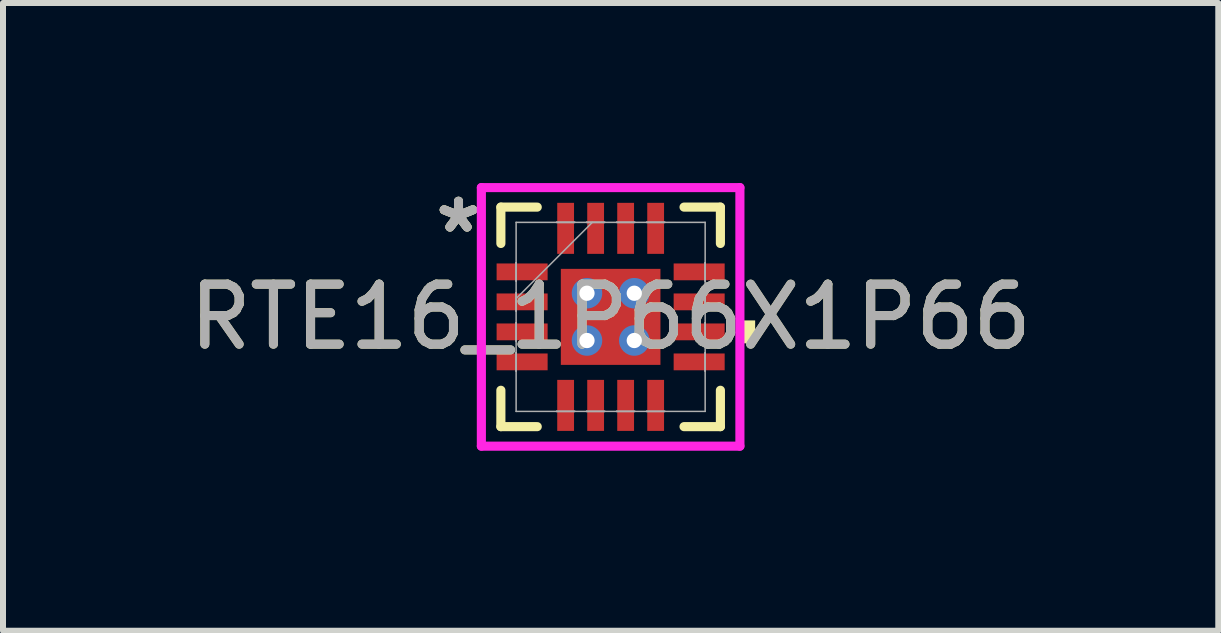
<source format=kicad_pcb>
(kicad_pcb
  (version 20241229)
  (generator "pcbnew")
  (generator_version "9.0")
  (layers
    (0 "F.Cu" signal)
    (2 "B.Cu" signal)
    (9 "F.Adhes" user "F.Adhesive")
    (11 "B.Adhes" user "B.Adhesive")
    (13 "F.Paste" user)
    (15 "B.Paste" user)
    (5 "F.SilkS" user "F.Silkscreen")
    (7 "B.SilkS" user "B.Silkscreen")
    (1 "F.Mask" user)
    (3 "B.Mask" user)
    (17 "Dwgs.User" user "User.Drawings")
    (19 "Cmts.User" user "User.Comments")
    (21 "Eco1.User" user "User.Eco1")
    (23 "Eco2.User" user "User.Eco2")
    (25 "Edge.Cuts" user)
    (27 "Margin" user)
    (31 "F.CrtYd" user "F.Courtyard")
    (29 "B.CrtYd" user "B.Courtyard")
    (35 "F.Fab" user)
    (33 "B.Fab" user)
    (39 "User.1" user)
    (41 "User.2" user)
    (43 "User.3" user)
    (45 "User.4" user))
  (footprint "RTE16_1P66X1P66"
    (layer "F.Cu")
    (at 7.125 2.23)
    (property "Reference" "RTE16_1P66X1P66" (at 0 0 0) (unlocked yes) (layer "F.SilkS") (effects (font (size 1 1) (thickness 0.15))))
    (attr smd)
    (fp_poly (pts (xy -1.97 -0.96) (xy -1.97 -0.54) (xy -0.98 -0.54) (xy -0.98 -0.96)) (stroke (width 0) (type solid)) (fill yes) (layer "F.Mask"))
    (fp_poly (pts (xy -1.97 -0.46) (xy -1.97 -0.04) (xy -0.98 -0.04) (xy -0.98 -0.46)) (stroke (width 0) (type solid)) (fill yes) (layer "F.Mask"))
    (fp_poly (pts (xy -1.97 0.04) (xy -1.97 0.46) (xy -0.98 0.46) (xy -0.98 0.04)) (stroke (width 0) (type solid)) (fill yes) (layer "F.Mask"))
    (fp_poly (pts (xy -1.97 0.54) (xy -1.97 0.96) (xy -0.98 0.96) (xy -0.98 0.54)) (stroke (width 0) (type solid)) (fill yes) (layer "F.Mask"))
    (fp_poly (pts (xy -0.96 -1.97) (xy -0.96 -0.98) (xy -0.54 -0.98) (xy -0.54 -1.97)) (stroke (width 0) (type solid)) (fill yes) (layer "F.Mask"))
    (fp_poly (pts (xy -0.96 0.98) (xy -0.96 1.97) (xy -0.54 1.97) (xy -0.54 0.98)) (stroke (width 0) (type solid)) (fill yes) (layer "F.Mask"))
    (fp_poly (pts (xy -0.893 -0.864) (xy -0.594 -0.864) (xy -0.594 0.864) (xy -0.893 0.864)) (stroke (width 0) (type solid)) (fill yes) (layer "F.Mask"))
    (fp_poly (pts (xy -0.893 -0.864) (xy 0.893 -0.864) (xy 0.893 -0.594) (xy -0.893 -0.594)) (stroke (width 0) (type solid)) (fill yes) (layer "F.Mask"))
    (fp_poly (pts (xy -0.893 -0.194) (xy 0.893 -0.194) (xy 0.893 0.194) (xy -0.893 0.194)) (stroke (width 0) (type solid)) (fill yes) (layer "F.Mask"))
    (fp_poly (pts (xy -0.893 0.594) (xy 0.893 0.594) (xy 0.893 0.864) (xy -0.893 0.864)) (stroke (width 0) (type solid)) (fill yes) (layer "F.Mask"))
    (fp_poly (pts (xy -0.46 -1.97) (xy -0.46 -0.98) (xy -0.04 -0.98) (xy -0.04 -1.97)) (stroke (width 0) (type solid)) (fill yes) (layer "F.Mask"))
    (fp_poly (pts (xy -0.46 0.98) (xy -0.46 1.97) (xy -0.04 1.97) (xy -0.04 0.98)) (stroke (width 0) (type solid)) (fill yes) (layer "F.Mask"))
    (fp_poly (pts (xy 0.04 -1.97) (xy 0.04 -0.98) (xy 0.46 -0.98) (xy 0.46 -1.97)) (stroke (width 0) (type solid)) (fill yes) (layer "F.Mask"))
    (fp_poly (pts (xy 0.04 0.98) (xy 0.04 1.97) (xy 0.46 1.97) (xy 0.46 0.98)) (stroke (width 0) (type solid)) (fill yes) (layer "F.Mask"))
    (fp_poly (pts (xy 0.194 -0.864) (xy -0.194 -0.864) (xy -0.194 0.864) (xy 0.194 0.864)) (stroke (width 0) (type solid)) (fill yes) (layer "F.Mask"))
    (fp_poly (pts (xy 0.54 -1.97) (xy 0.54 -0.98) (xy 0.96 -0.98) (xy 0.96 -1.97)) (stroke (width 0) (type solid)) (fill yes) (layer "F.Mask"))
    (fp_poly (pts (xy 0.54 0.98) (xy 0.54 1.97) (xy 0.96 1.97) (xy 0.96 0.98)) (stroke (width 0) (type solid)) (fill yes) (layer "F.Mask"))
    (fp_poly (pts (xy 0.594 -0.864) (xy 0.893 -0.864) (xy 0.893 0.864) (xy 0.594 0.864)) (stroke (width 0) (type solid)) (fill yes) (layer "F.Mask"))
    (fp_poly (pts (xy 0.98 -0.96) (xy 0.98 -0.54) (xy 1.97 -0.54) (xy 1.97 -0.96)) (stroke (width 0) (type solid)) (fill yes) (layer "F.Mask"))
    (fp_poly (pts (xy 0.98 -0.46) (xy 0.98 -0.04) (xy 1.97 -0.04) (xy 1.97 -0.46)) (stroke (width 0) (type solid)) (fill yes) (layer "F.Mask"))
    (fp_poly (pts (xy 0.98 0.04) (xy 0.98 0.46) (xy 1.97 0.46) (xy 1.97 0.04)) (stroke (width 0) (type solid)) (fill yes) (layer "F.Mask"))
    (fp_poly (pts (xy 0.98 0.54) (xy 0.98 0.96) (xy 1.97 0.96) (xy 1.97 0.54)) (stroke (width 0) (type solid)) (fill yes) (layer "F.Mask"))
    (fp_line (start -1.829 -1.829) (end -1.829 -1.223) (stroke (width 0.152) (type solid)) (layer "F.SilkS"))
    (fp_line (start -1.829 1.223) (end -1.829 1.829) (stroke (width 0.152) (type solid)) (layer "F.SilkS"))
    (fp_line (start -1.829 1.829) (end -1.223 1.829) (stroke (width 0.152) (type solid)) (layer "F.SilkS"))
    (fp_line (start -1.223 -1.829) (end -1.829 -1.829) (stroke (width 0.152) (type solid)) (layer "F.SilkS"))
    (fp_line (start 1.223 1.829) (end 1.829 1.829) (stroke (width 0.152) (type solid)) (layer "F.SilkS"))
    (fp_line (start 1.829 -1.829) (end 1.223 -1.829) (stroke (width 0.152) (type solid)) (layer "F.SilkS"))
    (fp_line (start 1.829 -1.223) (end 1.829 -1.829) (stroke (width 0.152) (type solid)) (layer "F.SilkS"))
    (fp_line (start 1.829 1.829) (end 1.829 1.223) (stroke (width 0.152) (type solid)) (layer "F.SilkS"))
    (fp_poly (pts (xy 2.408 0.059) (xy 2.408 0.441) (xy 2.154 0.441) (xy 2.154 0.059)) (stroke (width 0) (type solid)) (fill yes) (layer "F.SilkS"))
    (fp_poly (pts (xy -1.875 -0.865) (xy -1.875 -0.635) (xy -1.075 -0.635) (xy -1.075 -0.865)) (stroke (width 0) (type solid)) (fill yes) (layer "F.Paste"))
    (fp_poly (pts (xy -1.875 -0.365) (xy -1.875 -0.135) (xy -1.075 -0.135) (xy -1.075 -0.365)) (stroke (width 0) (type solid)) (fill yes) (layer "F.Paste"))
    (fp_poly (pts (xy -1.875 0.135) (xy -1.875 0.365) (xy -1.075 0.365) (xy -1.075 0.135)) (stroke (width 0) (type solid)) (fill yes) (layer "F.Paste"))
    (fp_poly (pts (xy -1.875 0.635) (xy -1.875 0.865) (xy -1.075 0.865) (xy -1.075 0.635)) (stroke (width 0) (type solid)) (fill yes) (layer "F.Paste"))
    (fp_poly (pts (xy -0.865 -1.875) (xy -0.865 -1.075) (xy -0.635 -1.075) (xy -0.635 -1.875)) (stroke (width 0) (type solid)) (fill yes) (layer "F.Paste"))
    (fp_poly (pts (xy -0.865 1.075) (xy -0.865 1.875) (xy -0.635 1.875) (xy -0.635 1.075)) (stroke (width 0) (type solid)) (fill yes) (layer "F.Paste"))
    (fp_poly (pts (xy -0.365 -1.875) (xy -0.365 -1.075) (xy -0.135 -1.075) (xy -0.135 -1.875)) (stroke (width 0) (type solid)) (fill yes) (layer "F.Paste"))
    (fp_poly (pts (xy -0.365 1.075) (xy -0.365 1.875) (xy -0.135 1.875) (xy -0.135 1.075)) (stroke (width 0) (type solid)) (fill yes) (layer "F.Paste"))
    (fp_poly (pts (xy 0.135 -1.875) (xy 0.135 -1.075) (xy 0.365 -1.075) (xy 0.365 -1.875)) (stroke (width 0) (type solid)) (fill yes) (layer "F.Paste"))
    (fp_poly (pts (xy 0.135 1.075) (xy 0.135 1.875) (xy 0.365 1.875) (xy 0.365 1.075)) (stroke (width 0) (type solid)) (fill yes) (layer "F.Paste"))
    (fp_poly (pts (xy 0.635 -1.875) (xy 0.635 -1.075) (xy 0.865 -1.075) (xy 0.865 -1.875)) (stroke (width 0) (type solid)) (fill yes) (layer "F.Paste"))
    (fp_poly (pts (xy 0.635 1.075) (xy 0.635 1.875) (xy 0.865 1.875) (xy 0.865 1.075)) (stroke (width 0) (type solid)) (fill yes) (layer "F.Paste"))
    (fp_poly (pts (xy 1.075 -0.865) (xy 1.075 -0.635) (xy 1.875 -0.635) (xy 1.875 -0.865)) (stroke (width 0) (type solid)) (fill yes) (layer "F.Paste"))
    (fp_poly (pts (xy 1.075 -0.365) (xy 1.075 -0.135) (xy 1.875 -0.135) (xy 1.875 -0.365)) (stroke (width 0) (type solid)) (fill yes) (layer "F.Paste"))
    (fp_poly (pts (xy 1.075 0.135) (xy 1.075 0.365) (xy 1.875 0.365) (xy 1.875 0.135)) (stroke (width 0) (type solid)) (fill yes) (layer "F.Paste"))
    (fp_poly (pts (xy 1.075 0.635) (xy 1.075 0.865) (xy 1.875 0.865) (xy 1.875 0.635)) (stroke (width 0) (type solid)) (fill yes) (layer "F.Paste"))
    (fp_poly (pts (xy -0.755 -0.725) (xy -0.755 -0.494) (xy -0.635 -0.494) (xy -0.494 -0.635) (xy -0.494 -0.725)) (stroke (width 0) (type solid)) (fill yes) (layer "F.Paste"))
    (fp_poly (pts (xy -0.755 0.494) (xy -0.755 0.725) (xy -0.494 0.725) (xy -0.494 0.635) (xy -0.635 0.494)) (stroke (width 0) (type solid)) (fill yes) (layer "F.Paste"))
    (fp_poly (pts (xy 0.494 -0.725) (xy 0.494 -0.635) (xy 0.635 -0.494) (xy 0.755 -0.494) (xy 0.755 -0.725)) (stroke (width 0) (type solid)) (fill yes) (layer "F.Paste"))
    (fp_poly (pts (xy 0.635 0.494) (xy 0.494 0.635) (xy 0.494 0.725) (xy 0.755 0.725) (xy 0.755 0.494)) (stroke (width 0) (type solid)) (fill yes) (layer "F.Paste"))
    (fp_poly (pts (xy -0.755 -0.294) (xy -0.755 0.294) (xy -0.635 0.294) (xy -0.494 0.152) (xy -0.494 -0.152) (xy -0.635 -0.294)) (stroke (width 0) (type solid)) (fill yes) (layer "F.Paste"))
    (fp_poly (pts (xy -0.294 -0.725) (xy -0.294 -0.635) (xy -0.152 -0.494) (xy 0.152 -0.494) (xy 0.294 -0.635) (xy 0.294 -0.725)) (stroke (width 0) (type solid)) (fill yes) (layer "F.Paste"))
    (fp_poly (pts (xy -0.152 0.494) (xy -0.294 0.635) (xy -0.294 0.725) (xy 0.294 0.725) (xy 0.294 0.635) (xy 0.152 0.494)) (stroke (width 0) (type solid)) (fill yes) (layer "F.Paste"))
    (fp_poly (pts (xy 0.635 -0.294) (xy 0.494 -0.152) (xy 0.494 0.152) (xy 0.635 0.294) (xy 0.755 0.294) (xy 0.755 -0.294)) (stroke (width 0) (type solid)) (fill yes) (layer "F.Paste"))
    (fp_poly (pts (xy -0.152 -0.294) (xy -0.294 -0.152) (xy -0.294 0.152) (xy -0.152 0.294) (xy 0.152 0.294) (xy 0.294 0.152) (xy 0.294 -0.152) (xy 0.152 -0.294)) (stroke (width 0) (type solid)) (fill yes) (layer "F.Paste"))
    (fp_line (start -2.154 -2.154) (end 2.154 -2.154) (stroke (width 0.152) (type solid)) (layer "F.CrtYd"))
    (fp_line (start -2.154 2.154) (end -2.154 -2.154) (stroke (width 0.152) (type solid)) (layer "F.CrtYd"))
    (fp_line (start 2.154 -2.154) (end 2.154 2.154) (stroke (width 0.152) (type solid)) (layer "F.CrtYd"))
    (fp_line (start 2.154 2.154) (end -2.154 2.154) (stroke (width 0.152) (type solid)) (layer "F.CrtYd"))
    (fp_line (start -1.575 -1.575) (end -1.575 1.575) (stroke (width 0.025) (type solid)) (layer "F.Fab"))
    (fp_line (start -1.575 -0.902) (end -1.575 -0.902) (stroke (width 0.025) (type solid)) (layer "F.Fab"))
    (fp_line (start -1.575 -0.902) (end -1.575 -0.598) (stroke (width 0.025) (type solid)) (layer "F.Fab"))
    (fp_line (start -1.575 -0.598) (end -1.575 -0.902) (stroke (width 0.025) (type solid)) (layer "F.Fab"))
    (fp_line (start -1.575 -0.598) (end -1.575 -0.598) (stroke (width 0.025) (type solid)) (layer "F.Fab"))
    (fp_line (start -1.575 -0.402) (end -1.575 -0.402) (stroke (width 0.025) (type solid)) (layer "F.Fab"))
    (fp_line (start -1.575 -0.402) (end -1.575 -0.098) (stroke (width 0.025) (type solid)) (layer "F.Fab"))
    (fp_line (start -1.575 -0.305) (end -0.305 -1.575) (stroke (width 0.025) (type solid)) (layer "F.Fab"))
    (fp_line (start -1.575 -0.098) (end -1.575 -0.402) (stroke (width 0.025) (type solid)) (layer "F.Fab"))
    (fp_line (start -1.575 -0.098) (end -1.575 -0.098) (stroke (width 0.025) (type solid)) (layer "F.Fab"))
    (fp_line (start -1.575 0.098) (end -1.575 0.098) (stroke (width 0.025) (type solid)) (layer "F.Fab"))
    (fp_line (start -1.575 0.098) (end -1.575 0.402) (stroke (width 0.025) (type solid)) (layer "F.Fab"))
    (fp_line (start -1.575 0.402) (end -1.575 0.098) (stroke (width 0.025) (type solid)) (layer "F.Fab"))
    (fp_line (start -1.575 0.402) (end -1.575 0.402) (stroke (width 0.025) (type solid)) (layer "F.Fab"))
    (fp_line (start -1.575 0.598) (end -1.575 0.598) (stroke (width 0.025) (type solid)) (layer "F.Fab"))
    (fp_line (start -1.575 0.598) (end -1.575 0.902) (stroke (width 0.025) (type solid)) (layer "F.Fab"))
    (fp_line (start -1.575 0.902) (end -1.575 0.598) (stroke (width 0.025) (type solid)) (layer "F.Fab"))
    (fp_line (start -1.575 0.902) (end -1.575 0.902) (stroke (width 0.025) (type solid)) (layer "F.Fab"))
    (fp_line (start -1.575 1.575) (end 1.575 1.575) (stroke (width 0.025) (type solid)) (layer "F.Fab"))
    (fp_line (start -0.902 -1.575) (end -0.902 -1.575) (stroke (width 0.025) (type solid)) (layer "F.Fab"))
    (fp_line (start -0.902 -1.575) (end -0.598 -1.575) (stroke (width 0.025) (type solid)) (layer "F.Fab"))
    (fp_line (start -0.902 1.575) (end -0.902 1.575) (stroke (width 0.025) (type solid)) (layer "F.Fab"))
    (fp_line (start -0.902 1.575) (end -0.598 1.575) (stroke (width 0.025) (type solid)) (layer "F.Fab"))
    (fp_line (start -0.598 -1.575) (end -0.902 -1.575) (stroke (width 0.025) (type solid)) (layer "F.Fab"))
    (fp_line (start -0.598 -1.575) (end -0.598 -1.575) (stroke (width 0.025) (type solid)) (layer "F.Fab"))
    (fp_line (start -0.598 1.575) (end -0.902 1.575) (stroke (width 0.025) (type solid)) (layer "F.Fab"))
    (fp_line (start -0.598 1.575) (end -0.598 1.575) (stroke (width 0.025) (type solid)) (layer "F.Fab"))
    (fp_line (start -0.402 -1.575) (end -0.402 -1.575) (stroke (width 0.025) (type solid)) (layer "F.Fab"))
    (fp_line (start -0.402 -1.575) (end -0.098 -1.575) (stroke (width 0.025) (type solid)) (layer "F.Fab"))
    (fp_line (start -0.402 1.575) (end -0.402 1.575) (stroke (width 0.025) (type solid)) (layer "F.Fab"))
    (fp_line (start -0.402 1.575) (end -0.098 1.575) (stroke (width 0.025) (type solid)) (layer "F.Fab"))
    (fp_line (start -0.098 -1.575) (end -0.402 -1.575) (stroke (width 0.025) (type solid)) (layer "F.Fab"))
    (fp_line (start -0.098 -1.575) (end -0.098 -1.575) (stroke (width 0.025) (type solid)) (layer "F.Fab"))
    (fp_line (start -0.098 1.575) (end -0.402 1.575) (stroke (width 0.025) (type solid)) (layer "F.Fab"))
    (fp_line (start -0.098 1.575) (end -0.098 1.575) (stroke (width 0.025) (type solid)) (layer "F.Fab"))
    (fp_line (start 0.098 -1.575) (end 0.098 -1.575) (stroke (width 0.025) (type solid)) (layer "F.Fab"))
    (fp_line (start 0.098 -1.575) (end 0.402 -1.575) (stroke (width 0.025) (type solid)) (layer "F.Fab"))
    (fp_line (start 0.098 1.575) (end 0.098 1.575) (stroke (width 0.025) (type solid)) (layer "F.Fab"))
    (fp_line (start 0.098 1.575) (end 0.402 1.575) (stroke (width 0.025) (type solid)) (layer "F.Fab"))
    (fp_line (start 0.402 -1.575) (end 0.098 -1.575) (stroke (width 0.025) (type solid)) (layer "F.Fab"))
    (fp_line (start 0.402 -1.575) (end 0.402 -1.575) (stroke (width 0.025) (type solid)) (layer "F.Fab"))
    (fp_line (start 0.402 1.575) (end 0.098 1.575) (stroke (width 0.025) (type solid)) (layer "F.Fab"))
    (fp_line (start 0.402 1.575) (end 0.402 1.575) (stroke (width 0.025) (type solid)) (layer "F.Fab"))
    (fp_line (start 0.598 -1.575) (end 0.598 -1.575) (stroke (width 0.025) (type solid)) (layer "F.Fab"))
    (fp_line (start 0.598 -1.575) (end 0.902 -1.575) (stroke (width 0.025) (type solid)) (layer "F.Fab"))
    (fp_line (start 0.598 1.575) (end 0.598 1.575) (stroke (width 0.025) (type solid)) (layer "F.Fab"))
    (fp_line (start 0.598 1.575) (end 0.902 1.575) (stroke (width 0.025) (type solid)) (layer "F.Fab"))
    (fp_line (start 0.902 -1.575) (end 0.598 -1.575) (stroke (width 0.025) (type solid)) (layer "F.Fab"))
    (fp_line (start 0.902 -1.575) (end 0.902 -1.575) (stroke (width 0.025) (type solid)) (layer "F.Fab"))
    (fp_line (start 0.902 1.575) (end 0.598 1.575) (stroke (width 0.025) (type solid)) (layer "F.Fab"))
    (fp_line (start 0.902 1.575) (end 0.902 1.575) (stroke (width 0.025) (type solid)) (layer "F.Fab"))
    (fp_line (start 1.575 -1.575) (end -1.575 -1.575) (stroke (width 0.025) (type solid)) (layer "F.Fab"))
    (fp_line (start 1.575 -0.902) (end 1.575 -0.902) (stroke (width 0.025) (type solid)) (layer "F.Fab"))
    (fp_line (start 1.575 -0.902) (end 1.575 -0.598) (stroke (width 0.025) (type solid)) (layer "F.Fab"))
    (fp_line (start 1.575 -0.598) (end 1.575 -0.902) (stroke (width 0.025) (type solid)) (layer "F.Fab"))
    (fp_line (start 1.575 -0.598) (end 1.575 -0.598) (stroke (width 0.025) (type solid)) (layer "F.Fab"))
    (fp_line (start 1.575 -0.402) (end 1.575 -0.402) (stroke (width 0.025) (type solid)) (layer "F.Fab"))
    (fp_line (start 1.575 -0.402) (end 1.575 -0.098) (stroke (width 0.025) (type solid)) (layer "F.Fab"))
    (fp_line (start 1.575 -0.098) (end 1.575 -0.402) (stroke (width 0.025) (type solid)) (layer "F.Fab"))
    (fp_line (start 1.575 -0.098) (end 1.575 -0.098) (stroke (width 0.025) (type solid)) (layer "F.Fab"))
    (fp_line (start 1.575 0.098) (end 1.575 0.098) (stroke (width 0.025) (type solid)) (layer "F.Fab"))
    (fp_line (start 1.575 0.098) (end 1.575 0.402) (stroke (width 0.025) (type solid)) (layer "F.Fab"))
    (fp_line (start 1.575 0.402) (end 1.575 0.098) (stroke (width 0.025) (type solid)) (layer "F.Fab"))
    (fp_line (start 1.575 0.402) (end 1.575 0.402) (stroke (width 0.025) (type solid)) (layer "F.Fab"))
    (fp_line (start 1.575 0.598) (end 1.575 0.598) (stroke (width 0.025) (type solid)) (layer "F.Fab"))
    (fp_line (start 1.575 0.598) (end 1.575 0.902) (stroke (width 0.025) (type solid)) (layer "F.Fab"))
    (fp_line (start 1.575 0.902) (end 1.575 0.598) (stroke (width 0.025) (type solid)) (layer "F.Fab"))
    (fp_line (start 1.575 0.902) (end 1.575 0.902) (stroke (width 0.025) (type solid)) (layer "F.Fab"))
    (fp_line (start 1.575 1.575) (end 1.575 -1.575) (stroke (width 0.025) (type solid)) (layer "F.Fab"))
    (fp_text user "*" (at -2.535 -1.381 0) (unlocked yes) (layer "F.SilkS") (effects (font (size 1 1) (thickness 0.15))))
    (fp_text user "*" (at -2.535 -1.381 0) (layer "F.SilkS") (effects (font (size 1 1) (thickness 0.15))))
    (fp_text user "*" (at -2.535 -1.381 0) (layer "F.Fab") (effects (font (size 1 1) (thickness 0.15))))
    (fp_text user "*" (at -2.535 -1.381 0) (unlocked yes) (layer "F.Fab") (effects (font (size 1 1) (thickness 0.15))))
    (fp_text user "${REFERENCE}" (at 0 0 0) (unlocked yes) (layer "F.Fab") (effects (font (size 1 1) (thickness 0.15))))
    (pad "1" smd rect (at -1.475 -0.75 90) (size 0.28 0.85) (layers "F.Cu" "F.Mask"))
    (pad "2" smd rect (at -1.475 -0.25 90) (size 0.28 0.85) (layers "F.Cu" "F.Mask"))
    (pad "3" smd rect (at -1.475 0.25 90) (size 0.28 0.85) (layers "F.Cu" "F.Mask"))
    (pad "4" smd rect (at -1.475 0.75 90) (size 0.28 0.85) (layers "F.Cu" "F.Mask"))
    (pad "5" smd rect (at -0.75 1.475) (size 0.28 0.85) (layers "F.Cu" "F.Mask"))
    (pad "6" smd rect (at -0.25 1.475) (size 0.28 0.85) (layers "F.Cu" "F.Mask"))
    (pad "7" smd rect (at 0.25 1.475) (size 0.28 0.85) (layers "F.Cu" "F.Mask"))
    (pad "8" smd rect (at 0.75 1.475) (size 0.28 0.85) (layers "F.Cu" "F.Mask"))
    (pad "9" smd rect (at 1.475 0.75 90) (size 0.28 0.85) (layers "F.Cu" "F.Mask"))
    (pad "10" smd rect (at 1.475 0.25 90) (size 0.28 0.85) (layers "F.Cu" "F.Mask"))
    (pad "11" smd rect (at 1.475 -0.25 90) (size 0.28 0.85) (layers "F.Cu" "F.Mask"))
    (pad "12" smd rect (at 1.475 -0.75 90) (size 0.28 0.85) (layers "F.Cu" "F.Mask"))
    (pad "13" smd rect (at 0.75 -1.475) (size 0.28 0.85) (layers "F.Cu" "F.Mask"))
    (pad "14" smd rect (at 0.25 -1.475) (size 0.28 0.85) (layers "F.Cu" "F.Mask"))
    (pad "15" smd rect (at -0.25 -1.475) (size 0.28 0.85) (layers "F.Cu" "F.Mask"))
    (pad "16" smd rect (at -0.75 -1.475) (size 0.28 0.85) (layers "F.Cu" "F.Mask"))
    (pad "17" smd rect (at 0 0) (size 1.66 1.6) (layers "F.Cu"))
    (pad "V" thru_hole circle (at -0.394 -0.394) (size 0.508 0.508) (drill 0.254) (layers "*.Cu" "*.Mask"))
    (pad "V" thru_hole circle (at -0.394 0.394) (size 0.508 0.508) (drill 0.254) (layers "*.Cu" "*.Mask"))
    (pad "V" thru_hole circle (at 0.394 -0.394) (size 0.508 0.508) (drill 0.254) (layers "*.Cu" "*.Mask"))
    (pad "V" thru_hole circle (at 0.394 0.394) (size 0.508 0.508) (drill 0.254) (layers "*.Cu" "*.Mask")))
  (gr_rect
    (start -3 -3)
    (end 17.25 7.46)
    (stroke (width 0.1) (type default))
    (fill no)
    (layer "Edge.Cuts")))
</source>
